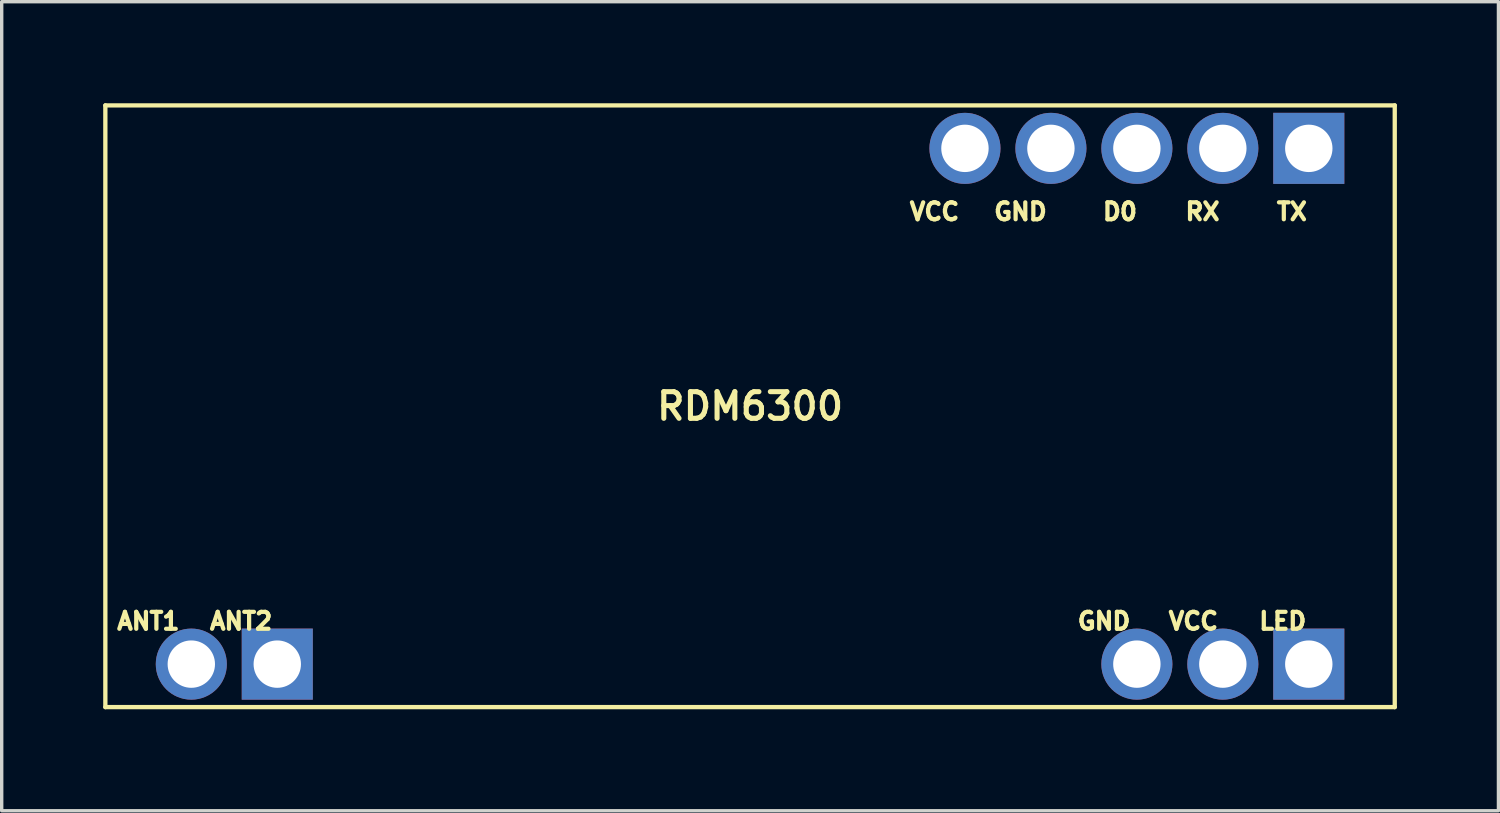
<source format=kicad_pcb>
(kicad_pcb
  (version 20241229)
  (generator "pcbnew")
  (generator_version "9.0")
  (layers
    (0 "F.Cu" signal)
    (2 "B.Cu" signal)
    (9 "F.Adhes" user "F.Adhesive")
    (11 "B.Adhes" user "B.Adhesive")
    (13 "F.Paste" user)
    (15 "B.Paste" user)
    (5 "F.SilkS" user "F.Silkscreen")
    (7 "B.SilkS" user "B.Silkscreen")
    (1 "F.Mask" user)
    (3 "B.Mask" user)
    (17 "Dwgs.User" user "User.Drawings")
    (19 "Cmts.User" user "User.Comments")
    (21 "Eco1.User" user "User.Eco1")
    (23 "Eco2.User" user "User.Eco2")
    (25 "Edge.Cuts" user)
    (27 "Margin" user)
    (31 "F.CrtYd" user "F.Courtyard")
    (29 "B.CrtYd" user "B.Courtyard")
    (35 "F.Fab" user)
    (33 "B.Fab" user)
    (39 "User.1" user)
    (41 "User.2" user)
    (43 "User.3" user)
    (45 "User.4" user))
  (footprint "RDM6300"
    (layer "F.Cu")
    (at 19.113 8.954)
    (property "Reference" "RDM6300" (at 0 0 0) (layer "F.SilkS") (effects (font (size 0.787 0.787) (thickness 0.15))))
    (attr through_hole)
    (fp_line (start -19.05 -8.89) (end -19.05 8.89) (stroke (width 0.127) (type solid)) (layer "F.SilkS"))
    (fp_line (start -19.05 8.89) (end 19.05 8.89) (stroke (width 0.127) (type solid)) (layer "F.SilkS"))
    (fp_line (start 19.05 -8.89) (end -19.05 -8.89) (stroke (width 0.127) (type solid)) (layer "F.SilkS"))
    (fp_line (start 19.05 8.89) (end 19.05 -8.89) (stroke (width 0.127) (type solid)) (layer "F.SilkS"))
    (fp_text user "VCC" (at 5.45 -5.75 0) (layer "F.SilkS") (effects (font (size 0.5 0.5) (thickness 0.15))))
    (fp_text user "GND" (at 7.99 -5.75 0) (layer "F.SilkS") (effects (font (size 0.5 0.5) (thickness 0.15))))
    (fp_text user "TX" (at 16.01 -5.75 0) (layer "F.SilkS") (effects (font (size 0.5 0.5) (thickness 0.15))))
    (fp_text user "D0" (at 10.93 -5.75 0) (layer "F.SilkS") (effects (font (size 0.5 0.5) (thickness 0.15))))
    (fp_text user "GND" (at 10.46 6.35 0) (layer "F.SilkS") (effects (font (size 0.5 0.5) (thickness 0.15))))
    (fp_text user "RX" (at 13.37 -5.75 0) (layer "F.SilkS") (effects (font (size 0.5 0.5) (thickness 0.15))))
    (fp_text user "ANT2" (at -15.04 6.35 0) (layer "F.SilkS") (effects (font (size 0.5 0.5) (thickness 0.15))))
    (fp_text user "VCC" (at 13.1 6.35 0) (layer "F.SilkS") (effects (font (size 0.5 0.5) (thickness 0.15))))
    (fp_text user "LED" (at 15.74 6.35 0) (layer "F.SilkS") (effects (font (size 0.5 0.5) (thickness 0.15))))
    (fp_text user "ANT1" (at -17.78 6.35 0) (layer "F.SilkS") (effects (font (size 0.5 0.5) (thickness 0.15))))
    (pad "ANT1" thru_hole circle (at -16.51 7.62) (size 2.1 2.1) (drill 1.4) (layers "*.Cu" "*.Mask"))
    (pad "ANT2" thru_hole rect (at -13.97 7.62) (size 2.1 2.1) (drill 1.4) (layers "*.Cu" "*.Mask"))
    (pad "D0" thru_hole circle (at 11.43 -7.62) (size 2.1 2.1) (drill 1.4) (layers "*.Cu" "*.Mask"))
    (pad "GND" thru_hole circle (at 8.89 -7.62) (size 2.1 2.1) (drill 1.4) (layers "*.Cu" "*.Mask"))
    (pad "GND1" thru_hole circle (at 11.43 7.62) (size 2.1 2.1) (drill 1.4) (layers "*.Cu" "*.Mask"))
    (pad "LED" thru_hole rect (at 16.51 7.62) (size 2.1 2.1) (drill 1.4) (layers "*.Cu" "*.Mask"))
    (pad "RX" thru_hole circle (at 13.97 -7.62) (size 2.1 2.1) (drill 1.4) (layers "*.Cu" "*.Mask"))
    (pad "TX" thru_hole rect (at 16.51 -7.62) (size 2.1 2.1) (drill 1.4) (layers "*.Cu" "*.Mask"))
    (pad "VCC" thru_hole circle (at 6.35 -7.62) (size 2.1 2.1) (drill 1.4) (layers "*.Cu" "*.Mask"))
    (pad "VCC1" thru_hole circle (at 13.97 7.62) (size 2.1 2.1) (drill 1.4) (layers "*.Cu" "*.Mask")))
  (gr_rect
    (start -3 -3)
    (end 41.227 20.907)
    (stroke (width 0.1) (type default))
    (fill no)
    (layer "Edge.Cuts")))
</source>
